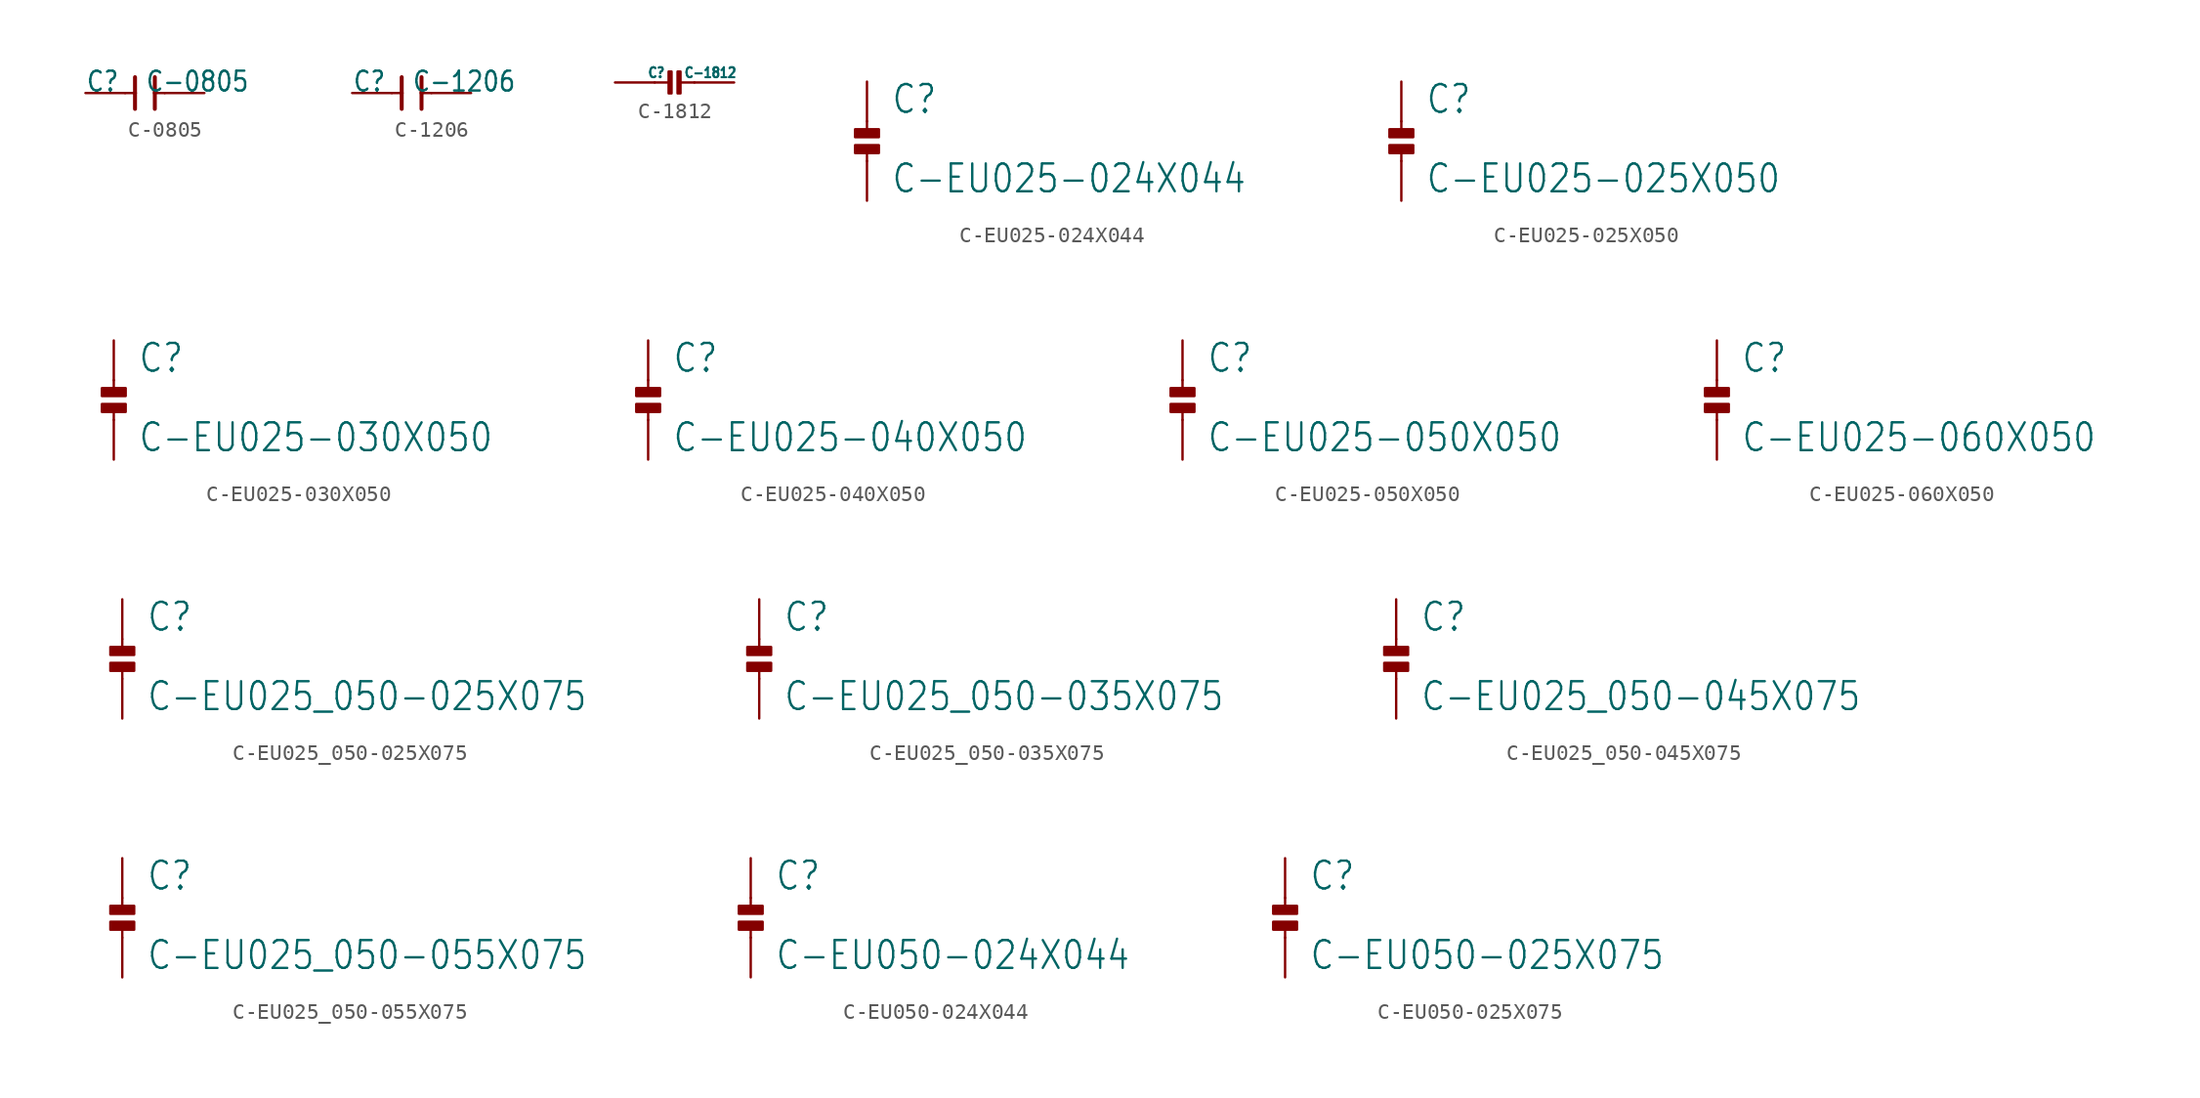
<source format=kicad_sym>
(kicad_symbol_lib
  (version 20211014)
  (generator kicad_symbol_editor)
  (symbol "C-0805"
    (property "Reference" "C"
      (at -3.81 0 0)
      (effects (font (size 1.27 1.079)) (justify left bottom)))
    (property "Value" "C-0805"
      (at 0 0 0)
      (effects (font (size 1.27 1.079)) (justify left bottom)))
    (property "ki_locked" ""
      (at 0 0 0)
      (effects (font (size 1.27 1.27))))
    (symbol "C-0805_1_0"
      (polyline (pts (xy -1.27 0) (xy -0.635 0)) (stroke (width 0.152) (type default) (color 0 0 0 0)) (fill (type none)))
      (polyline (pts (xy -0.635 -1.016) (xy -0.635 0)) (stroke (width 0.254) (type default) (color 0 0 0 0)) (fill (type none)))
      (polyline (pts (xy -0.635 0) (xy -0.635 1.016)) (stroke (width 0.254) (type default) (color 0 0 0 0)) (fill (type none)))
      (polyline (pts (xy 0.635 0) (xy 0.635 -1.016)) (stroke (width 0.254) (type default) (color 0 0 0 0)) (fill (type none)))
      (polyline (pts (xy 0.635 0) (xy 1.27 0)) (stroke (width 0.152) (type default) (color 0 0 0 0)) (fill (type none)))
      (polyline (pts (xy 0.635 1.016) (xy 0.635 0)) (stroke (width 0.254) (type default) (color 0 0 0 0)) (fill (type none)))
      (pin passive line (at -3.81 0 0) (length 2.54) (name "1" (effects (font (size 0 0)))) (number "1" (effects (font (size 0 0)))))
      (pin passive line (at 3.81 0 180) (length 2.54) (name "2" (effects (font (size 0 0)))) (number "2" (effects (font (size 0 0)))))))
  (symbol "C-1206"
    (property "Reference" "C"
      (at -3.81 0 0)
      (effects (font (size 1.27 1.079)) (justify left bottom)))
    (property "Value" "C-1206"
      (at 0 0 0)
      (effects (font (size 1.27 1.079)) (justify left bottom)))
    (property "ki_locked" ""
      (at 0 0 0)
      (effects (font (size 1.27 1.27))))
    (symbol "C-1206_1_0"
      (polyline (pts (xy -1.27 0) (xy -0.635 0)) (stroke (width 0.152) (type default) (color 0 0 0 0)) (fill (type none)))
      (polyline (pts (xy -0.635 -1.016) (xy -0.635 0)) (stroke (width 0.254) (type default) (color 0 0 0 0)) (fill (type none)))
      (polyline (pts (xy -0.635 0) (xy -0.635 1.016)) (stroke (width 0.254) (type default) (color 0 0 0 0)) (fill (type none)))
      (polyline (pts (xy 0.635 0) (xy 0.635 -1.016)) (stroke (width 0.254) (type default) (color 0 0 0 0)) (fill (type none)))
      (polyline (pts (xy 0.635 0) (xy 1.27 0)) (stroke (width 0.152) (type default) (color 0 0 0 0)) (fill (type none)))
      (polyline (pts (xy 0.635 1.016) (xy 0.635 0)) (stroke (width 0.254) (type default) (color 0 0 0 0)) (fill (type none)))
      (pin passive line (at -3.81 0 0) (length 2.54) (name "1" (effects (font (size 0 0)))) (number "1" (effects (font (size 0 0)))))
      (pin passive line (at 3.81 0 180) (length 2.54) (name "2" (effects (font (size 0 0)))) (number "2" (effects (font (size 0 0)))))))
  (symbol "C-1812"
    (property "Reference" "C"
      (at -0.572 0.254 0)
      (effects (font (size 0.635 0.54)) (justify right bottom)))
    (property "Value" "C-1812"
      (at 0.572 0.254 0)
      (effects (font (size 0.635 0.54)) (justify left bottom)))
    (property "ki_locked" ""
      (at 0 0 0)
      (effects (font (size 1.27 1.27))))
    (symbol "C-1812_1_0"
      (rectangle (start -0.381 -0.699) (end -0.191 0.699) (stroke (width 0) (type default) (color 0 0 0 0)) (fill (type outline)))
      (polyline (pts (xy -0.381 0) (xy -1.27 0)) (stroke (width 0.152) (type default) (color 0 0 0 0)) (fill (type none)))
      (polyline (pts (xy 1.27 0) (xy 0.381 0)) (stroke (width 0.152) (type default) (color 0 0 0 0)) (fill (type none)))
      (rectangle (start 0.191 -0.699) (end 0.381 0.699) (stroke (width 0) (type default) (color 0 0 0 0)) (fill (type outline)))
      (pin bidirectional line (at -3.81 0 0) (length 2.54) (name "1" (effects (font (size 0 0)))) (number "1" (effects (font (size 0 0)))))
      (pin bidirectional line (at 3.81 0 180) (length 2.54) (name "2" (effects (font (size 0 0)))) (number "2" (effects (font (size 0 0)))))))
  (symbol "C-EU025-024X044"
    (property "Reference" "C"
      (at 1.524 0.381 0)
      (effects (font (size 1.778 1.511)) (justify left bottom)))
    (property "Value" "C-EU025-024X044"
      (at 1.524 -4.699 0)
      (effects (font (size 1.778 1.511)) (justify left bottom)))
    (property "ki_locked" ""
      (at 0 0 0)
      (effects (font (size 1.27 1.27))))
    (symbol "C-EU025-024X044_1_0"
      (rectangle (start -0.762 -2.032) (end 0.762 -1.524) (stroke (width 0) (type default) (color 0 0 0 0)) (fill (type outline)))
      (rectangle (start -0.762 -1.016) (end 0.762 -0.508) (stroke (width 0) (type default) (color 0 0 0 0)) (fill (type outline)))
      (polyline (pts (xy 0 -2.54) (xy 0 -2.032)) (stroke (width 0.152) (type default) (color 0 0 0 0)) (fill (type none)))
      (polyline (pts (xy 0 0) (xy 0 -0.508)) (stroke (width 0.152) (type default) (color 0 0 0 0)) (fill (type none)))
      (pin passive line (at 0 2.54 270) (length 2.54) (name "1" (effects (font (size 0 0)))) (number "1" (effects (font (size 0 0)))))
      (pin passive line (at 0 -5.08 90) (length 2.54) (name "2" (effects (font (size 0 0)))) (number "2" (effects (font (size 0 0)))))))
  (symbol "C-EU025-025X050"
    (property "Reference" "C"
      (at 1.524 0.381 0)
      (effects (font (size 1.778 1.511)) (justify left bottom)))
    (property "Value" "C-EU025-025X050"
      (at 1.524 -4.699 0)
      (effects (font (size 1.778 1.511)) (justify left bottom)))
    (property "ki_locked" ""
      (at 0 0 0)
      (effects (font (size 1.27 1.27))))
    (symbol "C-EU025-025X050_1_0"
      (rectangle (start -0.762 -2.032) (end 0.762 -1.524) (stroke (width 0) (type default) (color 0 0 0 0)) (fill (type outline)))
      (rectangle (start -0.762 -1.016) (end 0.762 -0.508) (stroke (width 0) (type default) (color 0 0 0 0)) (fill (type outline)))
      (polyline (pts (xy 0 -2.54) (xy 0 -2.032)) (stroke (width 0.152) (type default) (color 0 0 0 0)) (fill (type none)))
      (polyline (pts (xy 0 0) (xy 0 -0.508)) (stroke (width 0.152) (type default) (color 0 0 0 0)) (fill (type none)))
      (pin passive line (at 0 2.54 270) (length 2.54) (name "1" (effects (font (size 0 0)))) (number "1" (effects (font (size 0 0)))))
      (pin passive line (at 0 -5.08 90) (length 2.54) (name "2" (effects (font (size 0 0)))) (number "2" (effects (font (size 0 0)))))))
  (symbol "C-EU025-030X050"
    (property "Reference" "C"
      (at 1.524 0.381 0)
      (effects (font (size 1.778 1.511)) (justify left bottom)))
    (property "Value" "C-EU025-030X050"
      (at 1.524 -4.699 0)
      (effects (font (size 1.778 1.511)) (justify left bottom)))
    (property "ki_locked" ""
      (at 0 0 0)
      (effects (font (size 1.27 1.27))))
    (symbol "C-EU025-030X050_1_0"
      (rectangle (start -0.762 -2.032) (end 0.762 -1.524) (stroke (width 0) (type default) (color 0 0 0 0)) (fill (type outline)))
      (rectangle (start -0.762 -1.016) (end 0.762 -0.508) (stroke (width 0) (type default) (color 0 0 0 0)) (fill (type outline)))
      (polyline (pts (xy 0 -2.54) (xy 0 -2.032)) (stroke (width 0.152) (type default) (color 0 0 0 0)) (fill (type none)))
      (polyline (pts (xy 0 0) (xy 0 -0.508)) (stroke (width 0.152) (type default) (color 0 0 0 0)) (fill (type none)))
      (pin passive line (at 0 2.54 270) (length 2.54) (name "1" (effects (font (size 0 0)))) (number "1" (effects (font (size 0 0)))))
      (pin passive line (at 0 -5.08 90) (length 2.54) (name "2" (effects (font (size 0 0)))) (number "2" (effects (font (size 0 0)))))))
  (symbol "C-EU025-040X050"
    (property "Reference" "C"
      (at 1.524 0.381 0)
      (effects (font (size 1.778 1.511)) (justify left bottom)))
    (property "Value" "C-EU025-040X050"
      (at 1.524 -4.699 0)
      (effects (font (size 1.778 1.511)) (justify left bottom)))
    (property "ki_locked" ""
      (at 0 0 0)
      (effects (font (size 1.27 1.27))))
    (symbol "C-EU025-040X050_1_0"
      (rectangle (start -0.762 -2.032) (end 0.762 -1.524) (stroke (width 0) (type default) (color 0 0 0 0)) (fill (type outline)))
      (rectangle (start -0.762 -1.016) (end 0.762 -0.508) (stroke (width 0) (type default) (color 0 0 0 0)) (fill (type outline)))
      (polyline (pts (xy 0 -2.54) (xy 0 -2.032)) (stroke (width 0.152) (type default) (color 0 0 0 0)) (fill (type none)))
      (polyline (pts (xy 0 0) (xy 0 -0.508)) (stroke (width 0.152) (type default) (color 0 0 0 0)) (fill (type none)))
      (pin passive line (at 0 2.54 270) (length 2.54) (name "1" (effects (font (size 0 0)))) (number "1" (effects (font (size 0 0)))))
      (pin passive line (at 0 -5.08 90) (length 2.54) (name "2" (effects (font (size 0 0)))) (number "2" (effects (font (size 0 0)))))))
  (symbol "C-EU025-050X050"
    (property "Reference" "C"
      (at 1.524 0.381 0)
      (effects (font (size 1.778 1.511)) (justify left bottom)))
    (property "Value" "C-EU025-050X050"
      (at 1.524 -4.699 0)
      (effects (font (size 1.778 1.511)) (justify left bottom)))
    (property "ki_locked" ""
      (at 0 0 0)
      (effects (font (size 1.27 1.27))))
    (symbol "C-EU025-050X050_1_0"
      (rectangle (start -0.762 -2.032) (end 0.762 -1.524) (stroke (width 0) (type default) (color 0 0 0 0)) (fill (type outline)))
      (rectangle (start -0.762 -1.016) (end 0.762 -0.508) (stroke (width 0) (type default) (color 0 0 0 0)) (fill (type outline)))
      (polyline (pts (xy 0 -2.54) (xy 0 -2.032)) (stroke (width 0.152) (type default) (color 0 0 0 0)) (fill (type none)))
      (polyline (pts (xy 0 0) (xy 0 -0.508)) (stroke (width 0.152) (type default) (color 0 0 0 0)) (fill (type none)))
      (pin passive line (at 0 2.54 270) (length 2.54) (name "1" (effects (font (size 0 0)))) (number "1" (effects (font (size 0 0)))))
      (pin passive line (at 0 -5.08 90) (length 2.54) (name "2" (effects (font (size 0 0)))) (number "2" (effects (font (size 0 0)))))))
  (symbol "C-EU025-060X050"
    (property "Reference" "C"
      (at 1.524 0.381 0)
      (effects (font (size 1.778 1.511)) (justify left bottom)))
    (property "Value" "C-EU025-060X050"
      (at 1.524 -4.699 0)
      (effects (font (size 1.778 1.511)) (justify left bottom)))
    (property "ki_locked" ""
      (at 0 0 0)
      (effects (font (size 1.27 1.27))))
    (symbol "C-EU025-060X050_1_0"
      (rectangle (start -0.762 -2.032) (end 0.762 -1.524) (stroke (width 0) (type default) (color 0 0 0 0)) (fill (type outline)))
      (rectangle (start -0.762 -1.016) (end 0.762 -0.508) (stroke (width 0) (type default) (color 0 0 0 0)) (fill (type outline)))
      (polyline (pts (xy 0 -2.54) (xy 0 -2.032)) (stroke (width 0.152) (type default) (color 0 0 0 0)) (fill (type none)))
      (polyline (pts (xy 0 0) (xy 0 -0.508)) (stroke (width 0.152) (type default) (color 0 0 0 0)) (fill (type none)))
      (pin passive line (at 0 2.54 270) (length 2.54) (name "1" (effects (font (size 0 0)))) (number "1" (effects (font (size 0 0)))))
      (pin passive line (at 0 -5.08 90) (length 2.54) (name "2" (effects (font (size 0 0)))) (number "2" (effects (font (size 0 0)))))))
  (symbol "C-EU025_050-025X075"
    (property "Reference" "C"
      (at 1.524 0.381 0)
      (effects (font (size 1.778 1.511)) (justify left bottom)))
    (property "Value" "C-EU025_050-025X075"
      (at 1.524 -4.699 0)
      (effects (font (size 1.778 1.511)) (justify left bottom)))
    (property "ki_locked" ""
      (at 0 0 0)
      (effects (font (size 1.27 1.27))))
    (symbol "C-EU025_050-025X075_1_0"
      (rectangle (start -0.762 -2.032) (end 0.762 -1.524) (stroke (width 0) (type default) (color 0 0 0 0)) (fill (type outline)))
      (rectangle (start -0.762 -1.016) (end 0.762 -0.508) (stroke (width 0) (type default) (color 0 0 0 0)) (fill (type outline)))
      (polyline (pts (xy 0 -2.54) (xy 0 -2.032)) (stroke (width 0.152) (type default) (color 0 0 0 0)) (fill (type none)))
      (polyline (pts (xy 0 0) (xy 0 -0.508)) (stroke (width 0.152) (type default) (color 0 0 0 0)) (fill (type none)))
      (pin passive line (at 0 2.54 270) (length 2.54) (name "1" (effects (font (size 0 0)))) (number "1" (effects (font (size 0 0)))))
      (pin passive line (at 0 -5.08 90) (length 2.54) (name "2" (effects (font (size 0 0)))) (number "2" (effects (font (size 0 0)))))))
  (symbol "C-EU025_050-035X075"
    (property "Reference" "C"
      (at 1.524 0.381 0)
      (effects (font (size 1.778 1.511)) (justify left bottom)))
    (property "Value" "C-EU025_050-035X075"
      (at 1.524 -4.699 0)
      (effects (font (size 1.778 1.511)) (justify left bottom)))
    (property "ki_locked" ""
      (at 0 0 0)
      (effects (font (size 1.27 1.27))))
    (symbol "C-EU025_050-035X075_1_0"
      (rectangle (start -0.762 -2.032) (end 0.762 -1.524) (stroke (width 0) (type default) (color 0 0 0 0)) (fill (type outline)))
      (rectangle (start -0.762 -1.016) (end 0.762 -0.508) (stroke (width 0) (type default) (color 0 0 0 0)) (fill (type outline)))
      (polyline (pts (xy 0 -2.54) (xy 0 -2.032)) (stroke (width 0.152) (type default) (color 0 0 0 0)) (fill (type none)))
      (polyline (pts (xy 0 0) (xy 0 -0.508)) (stroke (width 0.152) (type default) (color 0 0 0 0)) (fill (type none)))
      (pin passive line (at 0 2.54 270) (length 2.54) (name "1" (effects (font (size 0 0)))) (number "1" (effects (font (size 0 0)))))
      (pin passive line (at 0 -5.08 90) (length 2.54) (name "2" (effects (font (size 0 0)))) (number "2" (effects (font (size 0 0)))))))
  (symbol "C-EU025_050-045X075"
    (property "Reference" "C"
      (at 1.524 0.381 0)
      (effects (font (size 1.778 1.511)) (justify left bottom)))
    (property "Value" "C-EU025_050-045X075"
      (at 1.524 -4.699 0)
      (effects (font (size 1.778 1.511)) (justify left bottom)))
    (property "ki_locked" ""
      (at 0 0 0)
      (effects (font (size 1.27 1.27))))
    (symbol "C-EU025_050-045X075_1_0"
      (rectangle (start -0.762 -2.032) (end 0.762 -1.524) (stroke (width 0) (type default) (color 0 0 0 0)) (fill (type outline)))
      (rectangle (start -0.762 -1.016) (end 0.762 -0.508) (stroke (width 0) (type default) (color 0 0 0 0)) (fill (type outline)))
      (polyline (pts (xy 0 -2.54) (xy 0 -2.032)) (stroke (width 0.152) (type default) (color 0 0 0 0)) (fill (type none)))
      (polyline (pts (xy 0 0) (xy 0 -0.508)) (stroke (width 0.152) (type default) (color 0 0 0 0)) (fill (type none)))
      (pin passive line (at 0 2.54 270) (length 2.54) (name "1" (effects (font (size 0 0)))) (number "1" (effects (font (size 0 0)))))
      (pin passive line (at 0 -5.08 90) (length 2.54) (name "2" (effects (font (size 0 0)))) (number "2" (effects (font (size 0 0)))))))
  (symbol "C-EU025_050-055X075"
    (property "Reference" "C"
      (at 1.524 0.381 0)
      (effects (font (size 1.778 1.511)) (justify left bottom)))
    (property "Value" "C-EU025_050-055X075"
      (at 1.524 -4.699 0)
      (effects (font (size 1.778 1.511)) (justify left bottom)))
    (property "ki_locked" ""
      (at 0 0 0)
      (effects (font (size 1.27 1.27))))
    (symbol "C-EU025_050-055X075_1_0"
      (rectangle (start -0.762 -2.032) (end 0.762 -1.524) (stroke (width 0) (type default) (color 0 0 0 0)) (fill (type outline)))
      (rectangle (start -0.762 -1.016) (end 0.762 -0.508) (stroke (width 0) (type default) (color 0 0 0 0)) (fill (type outline)))
      (polyline (pts (xy 0 -2.54) (xy 0 -2.032)) (stroke (width 0.152) (type default) (color 0 0 0 0)) (fill (type none)))
      (polyline (pts (xy 0 0) (xy 0 -0.508)) (stroke (width 0.152) (type default) (color 0 0 0 0)) (fill (type none)))
      (pin passive line (at 0 2.54 270) (length 2.54) (name "1" (effects (font (size 0 0)))) (number "1" (effects (font (size 0 0)))))
      (pin passive line (at 0 -5.08 90) (length 2.54) (name "2" (effects (font (size 0 0)))) (number "2" (effects (font (size 0 0)))))))
  (symbol "C-EU050-024X044"
    (property "Reference" "C"
      (at 1.524 0.381 0)
      (effects (font (size 1.778 1.511)) (justify left bottom)))
    (property "Value" "C-EU050-024X044"
      (at 1.524 -4.699 0)
      (effects (font (size 1.778 1.511)) (justify left bottom)))
    (property "ki_locked" ""
      (at 0 0 0)
      (effects (font (size 1.27 1.27))))
    (symbol "C-EU050-024X044_1_0"
      (rectangle (start -0.762 -2.032) (end 0.762 -1.524) (stroke (width 0) (type default) (color 0 0 0 0)) (fill (type outline)))
      (rectangle (start -0.762 -1.016) (end 0.762 -0.508) (stroke (width 0) (type default) (color 0 0 0 0)) (fill (type outline)))
      (polyline (pts (xy 0 -2.54) (xy 0 -2.032)) (stroke (width 0.152) (type default) (color 0 0 0 0)) (fill (type none)))
      (polyline (pts (xy 0 0) (xy 0 -0.508)) (stroke (width 0.152) (type default) (color 0 0 0 0)) (fill (type none)))
      (pin passive line (at 0 2.54 270) (length 2.54) (name "1" (effects (font (size 0 0)))) (number "1" (effects (font (size 0 0)))))
      (pin passive line (at 0 -5.08 90) (length 2.54) (name "2" (effects (font (size 0 0)))) (number "2" (effects (font (size 0 0)))))))
  (symbol "C-EU050-025X075"
    (property "Reference" "C"
      (at 1.524 0.381 0)
      (effects (font (size 1.778 1.511)) (justify left bottom)))
    (property "Value" "C-EU050-025X075"
      (at 1.524 -4.699 0)
      (effects (font (size 1.778 1.511)) (justify left bottom)))
    (property "ki_locked" ""
      (at 0 0 0)
      (effects (font (size 1.27 1.27))))
    (symbol "C-EU050-025X075_1_0"
      (rectangle (start -0.762 -2.032) (end 0.762 -1.524) (stroke (width 0) (type default) (color 0 0 0 0)) (fill (type outline)))
      (rectangle (start -0.762 -1.016) (end 0.762 -0.508) (stroke (width 0) (type default) (color 0 0 0 0)) (fill (type outline)))
      (polyline (pts (xy 0 -2.54) (xy 0 -2.032)) (stroke (width 0.152) (type default) (color 0 0 0 0)) (fill (type none)))
      (polyline (pts (xy 0 0) (xy 0 -0.508)) (stroke (width 0.152) (type default) (color 0 0 0 0)) (fill (type none)))
      (pin passive line (at 0 2.54 270) (length 2.54) (name "1" (effects (font (size 0 0)))) (number "1" (effects (font (size 0 0)))))
      (pin passive line (at 0 -5.08 90) (length 2.54) (name "2" (effects (font (size 0 0)))) (number "2" (effects (font (size 0 0))))))))
</source>
